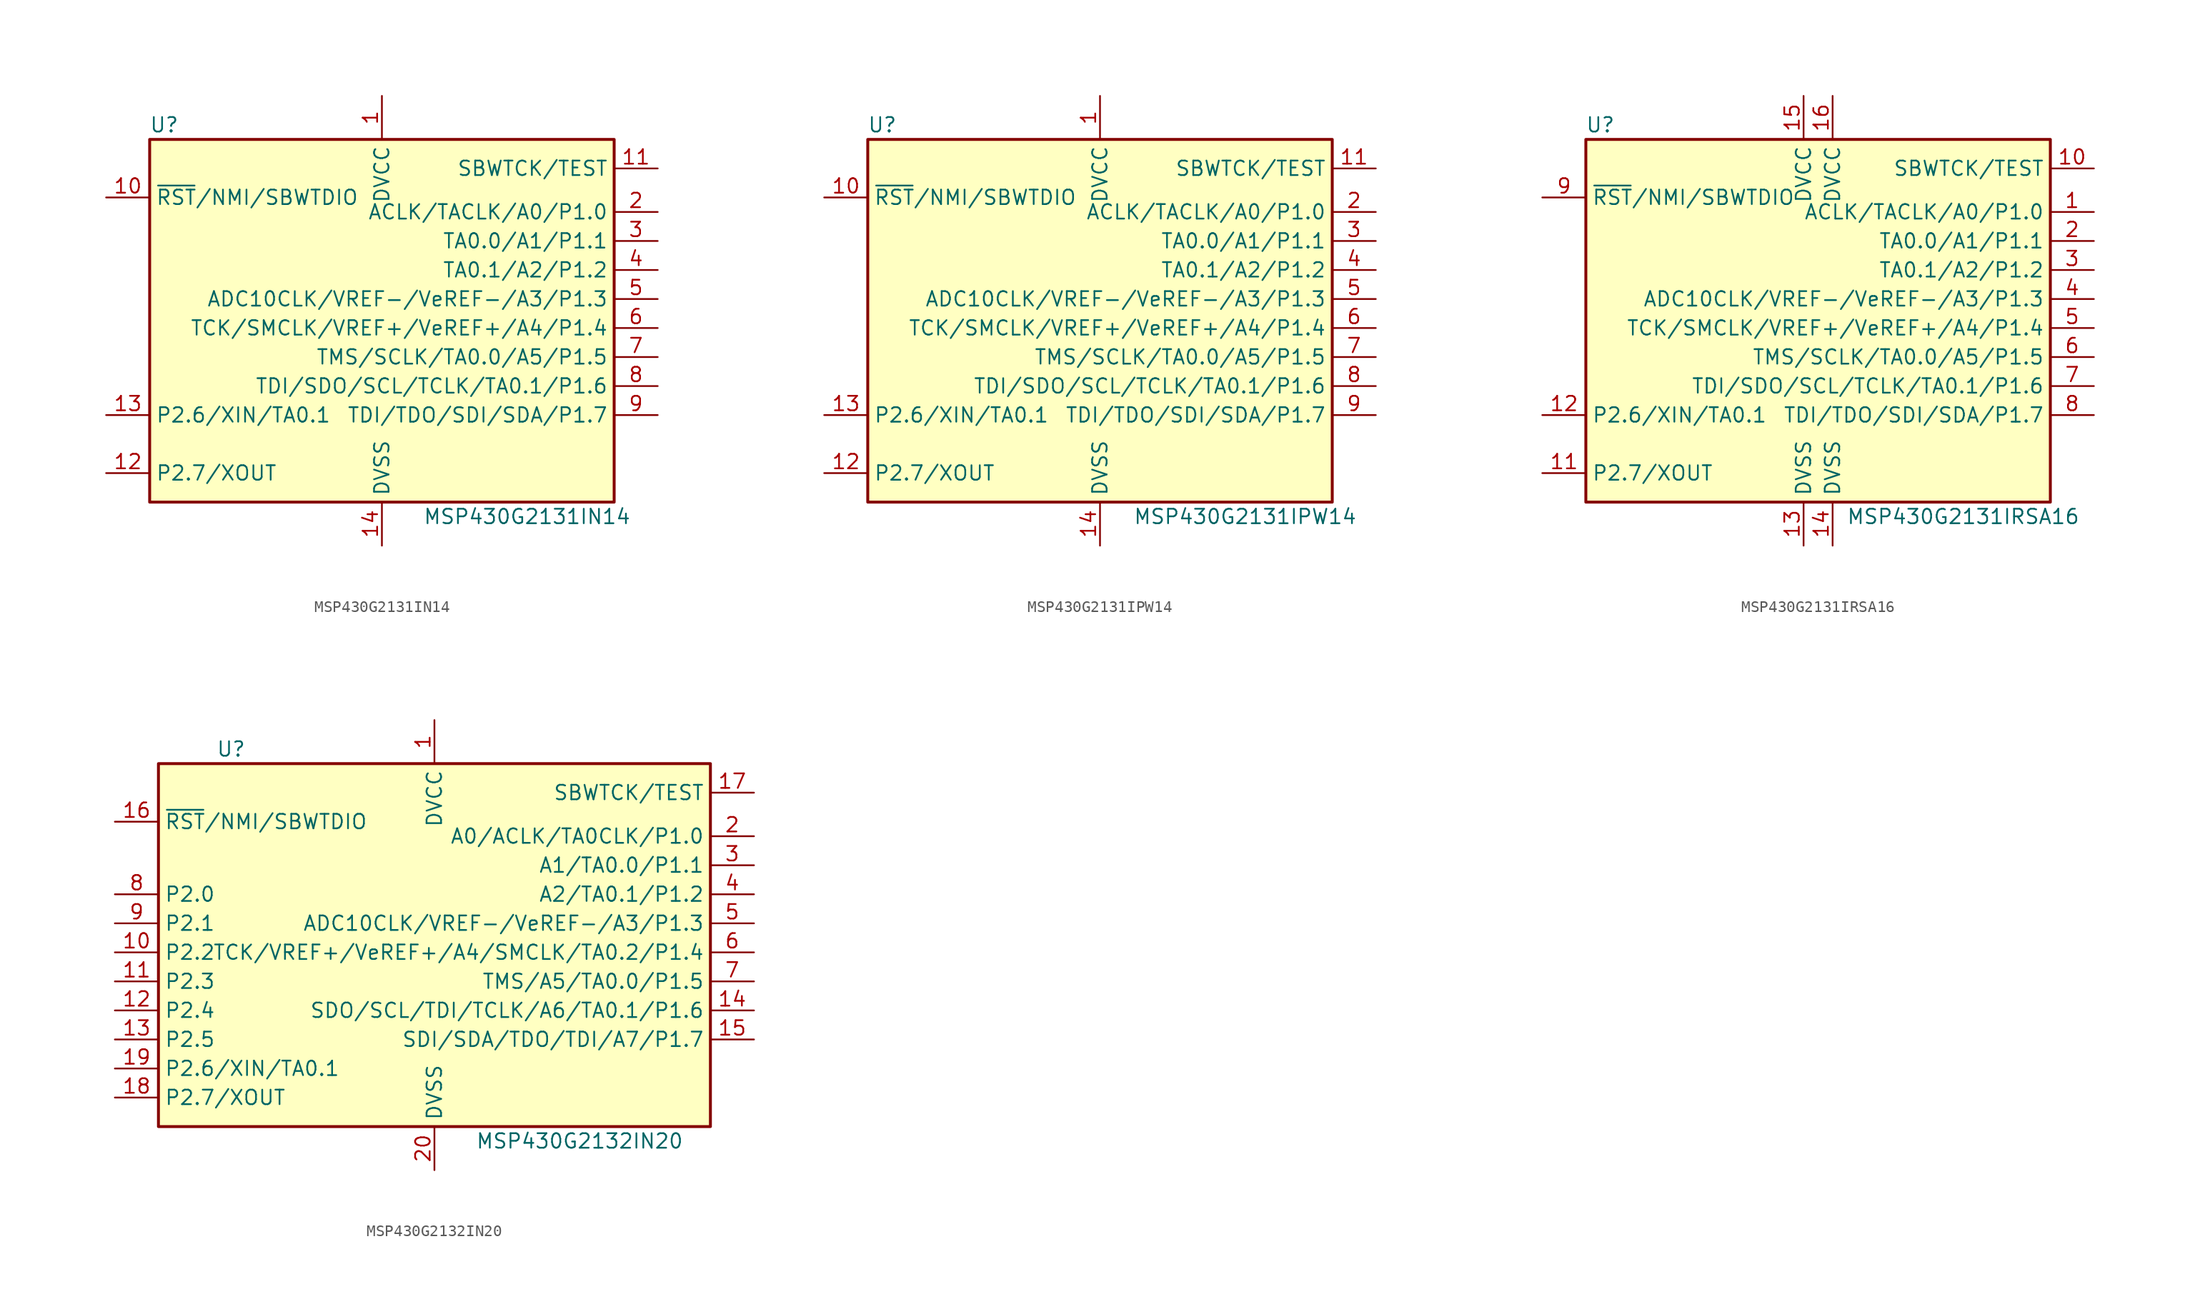
<source format=kicad_sym>
(kicad_symbol_lib
  (version 20220914)
  (generator kicad_symbol_editor)
  (symbol "MSP430G2131IN14"
    (property "Reference" "U"
      (at -19.05 17.78 0)
      (effects (font (size 1.27 1.27))))
    (property "Value" "MSP430G2131IN14"
      (at 12.7 -16.51 0)
      (effects (font (size 1.27 1.27))))
    (symbol "MSP430G2131IN14_0_1"
      (rectangle (start -20.32 16.51) (end 20.32 -15.24) (stroke (width 0.254) (type default)) (fill (type background))))
    (symbol "MSP430G2131IN14_1_1"
      (pin power_in line (at 0 20.32 270) (length 3.81) (name "DVCC" (effects (font (size 1.27 1.27)))) (number "1" (effects (font (size 1.27 1.27)))))
      (pin input line (at -24.13 11.43 0) (length 3.81) (name "~{RST}/NMI/SBWTDIO" (effects (font (size 1.27 1.27)))) (number "10" (effects (font (size 1.27 1.27)))))
      (pin input line (at 24.13 13.97 180) (length 3.81) (name "SBWTCK/TEST" (effects (font (size 1.27 1.27)))) (number "11" (effects (font (size 1.27 1.27)))))
      (pin bidirectional line (at -24.13 -12.7 0) (length 3.81) (name "P2.7/XOUT" (effects (font (size 1.27 1.27)))) (number "12" (effects (font (size 1.27 1.27)))))
      (pin bidirectional line (at -24.13 -7.62 0) (length 3.81) (name "P2.6/XIN/TA0.1" (effects (font (size 1.27 1.27)))) (number "13" (effects (font (size 1.27 1.27)))))
      (pin power_in line (at 0 -19.05 90) (length 3.81) (name "DVSS" (effects (font (size 1.27 1.27)))) (number "14" (effects (font (size 1.27 1.27)))))
      (pin bidirectional line (at 24.13 10.16 180) (length 3.81) (name "ACLK/TACLK/A0/P1.0" (effects (font (size 1.27 1.27)))) (number "2" (effects (font (size 1.27 1.27)))))
      (pin bidirectional line (at 24.13 7.62 180) (length 3.81) (name "TA0.0/A1/P1.1" (effects (font (size 1.27 1.27)))) (number "3" (effects (font (size 1.27 1.27)))))
      (pin bidirectional line (at 24.13 5.08 180) (length 3.81) (name "TA0.1/A2/P1.2" (effects (font (size 1.27 1.27)))) (number "4" (effects (font (size 1.27 1.27)))))
      (pin bidirectional line (at 24.13 2.54 180) (length 3.81) (name "ADC10CLK/VREF-/VeREF-/A3/P1.3" (effects (font (size 1.27 1.27)))) (number "5" (effects (font (size 1.27 1.27)))))
      (pin bidirectional line (at 24.13 0 180) (length 3.81) (name "TCK/SMCLK/VREF+/VeREF+/A4/P1.4" (effects (font (size 1.27 1.27)))) (number "6" (effects (font (size 1.27 1.27)))))
      (pin bidirectional line (at 24.13 -2.54 180) (length 3.81) (name "TMS/SCLK/TA0.0/A5/P1.5" (effects (font (size 1.27 1.27)))) (number "7" (effects (font (size 1.27 1.27)))))
      (pin bidirectional line (at 24.13 -5.08 180) (length 3.81) (name "TDI/SDO/SCL/TCLK/TA0.1/P1.6" (effects (font (size 1.27 1.27)))) (number "8" (effects (font (size 1.27 1.27)))))
      (pin bidirectional line (at 24.13 -7.62 180) (length 3.81) (name "TDI/TDO/SDI/SDA/P1.7" (effects (font (size 1.27 1.27)))) (number "9" (effects (font (size 1.27 1.27)))))))
  (symbol "MSP430G2131IPW14"
    (property "Reference" "U"
      (at -19.05 17.78 0)
      (effects (font (size 1.27 1.27))))
    (property "Value" "MSP430G2131IPW14"
      (at 12.7 -16.51 0)
      (effects (font (size 1.27 1.27))))
    (symbol "MSP430G2131IPW14_0_1"
      (rectangle (start -20.32 16.51) (end 20.32 -15.24) (stroke (width 0.254) (type default)) (fill (type background))))
    (symbol "MSP430G2131IPW14_1_1"
      (pin power_in line (at 0 20.32 270) (length 3.81) (name "DVCC" (effects (font (size 1.27 1.27)))) (number "1" (effects (font (size 1.27 1.27)))))
      (pin input line (at -24.13 11.43 0) (length 3.81) (name "~{RST}/NMI/SBWTDIO" (effects (font (size 1.27 1.27)))) (number "10" (effects (font (size 1.27 1.27)))))
      (pin input line (at 24.13 13.97 180) (length 3.81) (name "SBWTCK/TEST" (effects (font (size 1.27 1.27)))) (number "11" (effects (font (size 1.27 1.27)))))
      (pin bidirectional line (at -24.13 -12.7 0) (length 3.81) (name "P2.7/XOUT" (effects (font (size 1.27 1.27)))) (number "12" (effects (font (size 1.27 1.27)))))
      (pin bidirectional line (at -24.13 -7.62 0) (length 3.81) (name "P2.6/XIN/TA0.1" (effects (font (size 1.27 1.27)))) (number "13" (effects (font (size 1.27 1.27)))))
      (pin power_in line (at 0 -19.05 90) (length 3.81) (name "DVSS" (effects (font (size 1.27 1.27)))) (number "14" (effects (font (size 1.27 1.27)))))
      (pin bidirectional line (at 24.13 10.16 180) (length 3.81) (name "ACLK/TACLK/A0/P1.0" (effects (font (size 1.27 1.27)))) (number "2" (effects (font (size 1.27 1.27)))))
      (pin bidirectional line (at 24.13 7.62 180) (length 3.81) (name "TA0.0/A1/P1.1" (effects (font (size 1.27 1.27)))) (number "3" (effects (font (size 1.27 1.27)))))
      (pin bidirectional line (at 24.13 5.08 180) (length 3.81) (name "TA0.1/A2/P1.2" (effects (font (size 1.27 1.27)))) (number "4" (effects (font (size 1.27 1.27)))))
      (pin bidirectional line (at 24.13 2.54 180) (length 3.81) (name "ADC10CLK/VREF-/VeREF-/A3/P1.3" (effects (font (size 1.27 1.27)))) (number "5" (effects (font (size 1.27 1.27)))))
      (pin bidirectional line (at 24.13 0 180) (length 3.81) (name "TCK/SMCLK/VREF+/VeREF+/A4/P1.4" (effects (font (size 1.27 1.27)))) (number "6" (effects (font (size 1.27 1.27)))))
      (pin bidirectional line (at 24.13 -2.54 180) (length 3.81) (name "TMS/SCLK/TA0.0/A5/P1.5" (effects (font (size 1.27 1.27)))) (number "7" (effects (font (size 1.27 1.27)))))
      (pin bidirectional line (at 24.13 -5.08 180) (length 3.81) (name "TDI/SDO/SCL/TCLK/TA0.1/P1.6" (effects (font (size 1.27 1.27)))) (number "8" (effects (font (size 1.27 1.27)))))
      (pin bidirectional line (at 24.13 -7.62 180) (length 3.81) (name "TDI/TDO/SDI/SDA/P1.7" (effects (font (size 1.27 1.27)))) (number "9" (effects (font (size 1.27 1.27)))))))
  (symbol "MSP430G2131IRSA16"
    (property "Reference" "U"
      (at -19.05 17.78 0)
      (effects (font (size 1.27 1.27))))
    (property "Value" "MSP430G2131IRSA16"
      (at 12.7 -16.51 0)
      (effects (font (size 1.27 1.27))))
    (symbol "MSP430G2131IRSA16_0_1"
      (rectangle (start -20.32 16.51) (end 20.32 -15.24) (stroke (width 0.254) (type default)) (fill (type background))))
    (symbol "MSP430G2131IRSA16_1_1"
      (pin bidirectional line (at 24.13 10.16 180) (length 3.81) (name "ACLK/TACLK/A0/P1.0" (effects (font (size 1.27 1.27)))) (number "1" (effects (font (size 1.27 1.27)))))
      (pin input line (at 24.13 13.97 180) (length 3.81) (name "SBWTCK/TEST" (effects (font (size 1.27 1.27)))) (number "10" (effects (font (size 1.27 1.27)))))
      (pin bidirectional line (at -24.13 -12.7 0) (length 3.81) (name "P2.7/XOUT" (effects (font (size 1.27 1.27)))) (number "11" (effects (font (size 1.27 1.27)))))
      (pin bidirectional line (at -24.13 -7.62 0) (length 3.81) (name "P2.6/XIN/TA0.1" (effects (font (size 1.27 1.27)))) (number "12" (effects (font (size 1.27 1.27)))))
      (pin power_in line (at -1.27 -19.05 90) (length 3.81) (name "DVSS" (effects (font (size 1.27 1.27)))) (number "13" (effects (font (size 1.27 1.27)))))
      (pin power_in line (at 1.27 -19.05 90) (length 3.81) (name "DVSS" (effects (font (size 1.27 1.27)))) (number "14" (effects (font (size 1.27 1.27)))))
      (pin power_in line (at -1.27 20.32 270) (length 3.81) (name "DVCC" (effects (font (size 1.27 1.27)))) (number "15" (effects (font (size 1.27 1.27)))))
      (pin power_in line (at 1.27 20.32 270) (length 3.81) (name "DVCC" (effects (font (size 1.27 1.27)))) (number "16" (effects (font (size 1.27 1.27)))))
      (pin bidirectional line (at 24.13 7.62 180) (length 3.81) (name "TA0.0/A1/P1.1" (effects (font (size 1.27 1.27)))) (number "2" (effects (font (size 1.27 1.27)))))
      (pin bidirectional line (at 24.13 5.08 180) (length 3.81) (name "TA0.1/A2/P1.2" (effects (font (size 1.27 1.27)))) (number "3" (effects (font (size 1.27 1.27)))))
      (pin bidirectional line (at 24.13 2.54 180) (length 3.81) (name "ADC10CLK/VREF-/VeREF-/A3/P1.3" (effects (font (size 1.27 1.27)))) (number "4" (effects (font (size 1.27 1.27)))))
      (pin bidirectional line (at 24.13 0 180) (length 3.81) (name "TCK/SMCLK/VREF+/VeREF+/A4/P1.4" (effects (font (size 1.27 1.27)))) (number "5" (effects (font (size 1.27 1.27)))))
      (pin bidirectional line (at 24.13 -2.54 180) (length 3.81) (name "TMS/SCLK/TA0.0/A5/P1.5" (effects (font (size 1.27 1.27)))) (number "6" (effects (font (size 1.27 1.27)))))
      (pin bidirectional line (at 24.13 -5.08 180) (length 3.81) (name "TDI/SDO/SCL/TCLK/TA0.1/P1.6" (effects (font (size 1.27 1.27)))) (number "7" (effects (font (size 1.27 1.27)))))
      (pin bidirectional line (at 24.13 -7.62 180) (length 3.81) (name "TDI/TDO/SDI/SDA/P1.7" (effects (font (size 1.27 1.27)))) (number "8" (effects (font (size 1.27 1.27)))))
      (pin input line (at -24.13 11.43 0) (length 3.81) (name "~{RST}/NMI/SBWTDIO" (effects (font (size 1.27 1.27)))) (number "9" (effects (font (size 1.27 1.27)))))))
  (symbol "MSP430G2132IN20"
    (property "Reference" "U"
      (at -17.78 17.78 0)
      (effects (font (size 1.27 1.27))))
    (property "Value" "MSP430G2132IN20"
      (at 12.7 -16.51 0)
      (effects (font (size 1.27 1.27))))
    (symbol "MSP430G2132IN20_0_1"
      (rectangle (start -24.13 16.51) (end 24.13 -15.24) (stroke (width 0.254) (type default)) (fill (type background))))
    (symbol "MSP430G2132IN20_1_1"
      (pin power_in line (at 0 20.32 270) (length 3.81) (name "DVCC" (effects (font (size 1.27 1.27)))) (number "1" (effects (font (size 1.27 1.27)))))
      (pin bidirectional line (at -27.94 0 0) (length 3.81) (name "P2.2" (effects (font (size 1.27 1.27)))) (number "10" (effects (font (size 1.27 1.27)))))
      (pin bidirectional line (at -27.94 -2.54 0) (length 3.81) (name "P2.3" (effects (font (size 1.27 1.27)))) (number "11" (effects (font (size 1.27 1.27)))))
      (pin bidirectional line (at -27.94 -5.08 0) (length 3.81) (name "P2.4" (effects (font (size 1.27 1.27)))) (number "12" (effects (font (size 1.27 1.27)))))
      (pin bidirectional line (at -27.94 -7.62 0) (length 3.81) (name "P2.5" (effects (font (size 1.27 1.27)))) (number "13" (effects (font (size 1.27 1.27)))))
      (pin bidirectional line (at 27.94 -5.08 180) (length 3.81) (name "SDO/SCL/TDI/TCLK/A6/TA0.1/P1.6" (effects (font (size 1.27 1.27)))) (number "14" (effects (font (size 1.27 1.27)))))
      (pin bidirectional line (at 27.94 -7.62 180) (length 3.81) (name "SDI/SDA/TDO/TDI/A7/P1.7" (effects (font (size 1.27 1.27)))) (number "15" (effects (font (size 1.27 1.27)))))
      (pin input line (at -27.94 11.43 0) (length 3.81) (name "~{RST}/NMI/SBWTDIO" (effects (font (size 1.27 1.27)))) (number "16" (effects (font (size 1.27 1.27)))))
      (pin input line (at 27.94 13.97 180) (length 3.81) (name "SBWTCK/TEST" (effects (font (size 1.27 1.27)))) (number "17" (effects (font (size 1.27 1.27)))))
      (pin bidirectional line (at -27.94 -12.7 0) (length 3.81) (name "P2.7/XOUT" (effects (font (size 1.27 1.27)))) (number "18" (effects (font (size 1.27 1.27)))))
      (pin bidirectional line (at -27.94 -10.16 0) (length 3.81) (name "P2.6/XIN/TA0.1" (effects (font (size 1.27 1.27)))) (number "19" (effects (font (size 1.27 1.27)))))
      (pin bidirectional line (at 27.94 10.16 180) (length 3.81) (name "A0/ACLK/TA0CLK/P1.0" (effects (font (size 1.27 1.27)))) (number "2" (effects (font (size 1.27 1.27)))))
      (pin power_in line (at 0 -19.05 90) (length 3.81) (name "DVSS" (effects (font (size 1.27 1.27)))) (number "20" (effects (font (size 1.27 1.27)))))
      (pin bidirectional line (at 27.94 7.62 180) (length 3.81) (name "A1/TA0.0/P1.1" (effects (font (size 1.27 1.27)))) (number "3" (effects (font (size 1.27 1.27)))))
      (pin bidirectional line (at 27.94 5.08 180) (length 3.81) (name "A2/TA0.1/P1.2" (effects (font (size 1.27 1.27)))) (number "4" (effects (font (size 1.27 1.27)))))
      (pin bidirectional line (at 27.94 2.54 180) (length 3.81) (name "ADC10CLK/VREF-/VeREF-/A3/P1.3" (effects (font (size 1.27 1.27)))) (number "5" (effects (font (size 1.27 1.27)))))
      (pin bidirectional line (at 27.94 0 180) (length 3.81) (name "TCK/VREF+/VeREF+/A4/SMCLK/TA0.2/P1.4" (effects (font (size 1.27 1.27)))) (number "6" (effects (font (size 1.27 1.27)))))
      (pin bidirectional line (at 27.94 -2.54 180) (length 3.81) (name "TMS/A5/TA0.0/P1.5" (effects (font (size 1.27 1.27)))) (number "7" (effects (font (size 1.27 1.27)))))
      (pin bidirectional line (at -27.94 5.08 0) (length 3.81) (name "P2.0" (effects (font (size 1.27 1.27)))) (number "8" (effects (font (size 1.27 1.27)))))
      (pin bidirectional line (at -27.94 2.54 0) (length 3.81) (name "P2.1" (effects (font (size 1.27 1.27)))) (number "9" (effects (font (size 1.27 1.27))))))))
</source>
